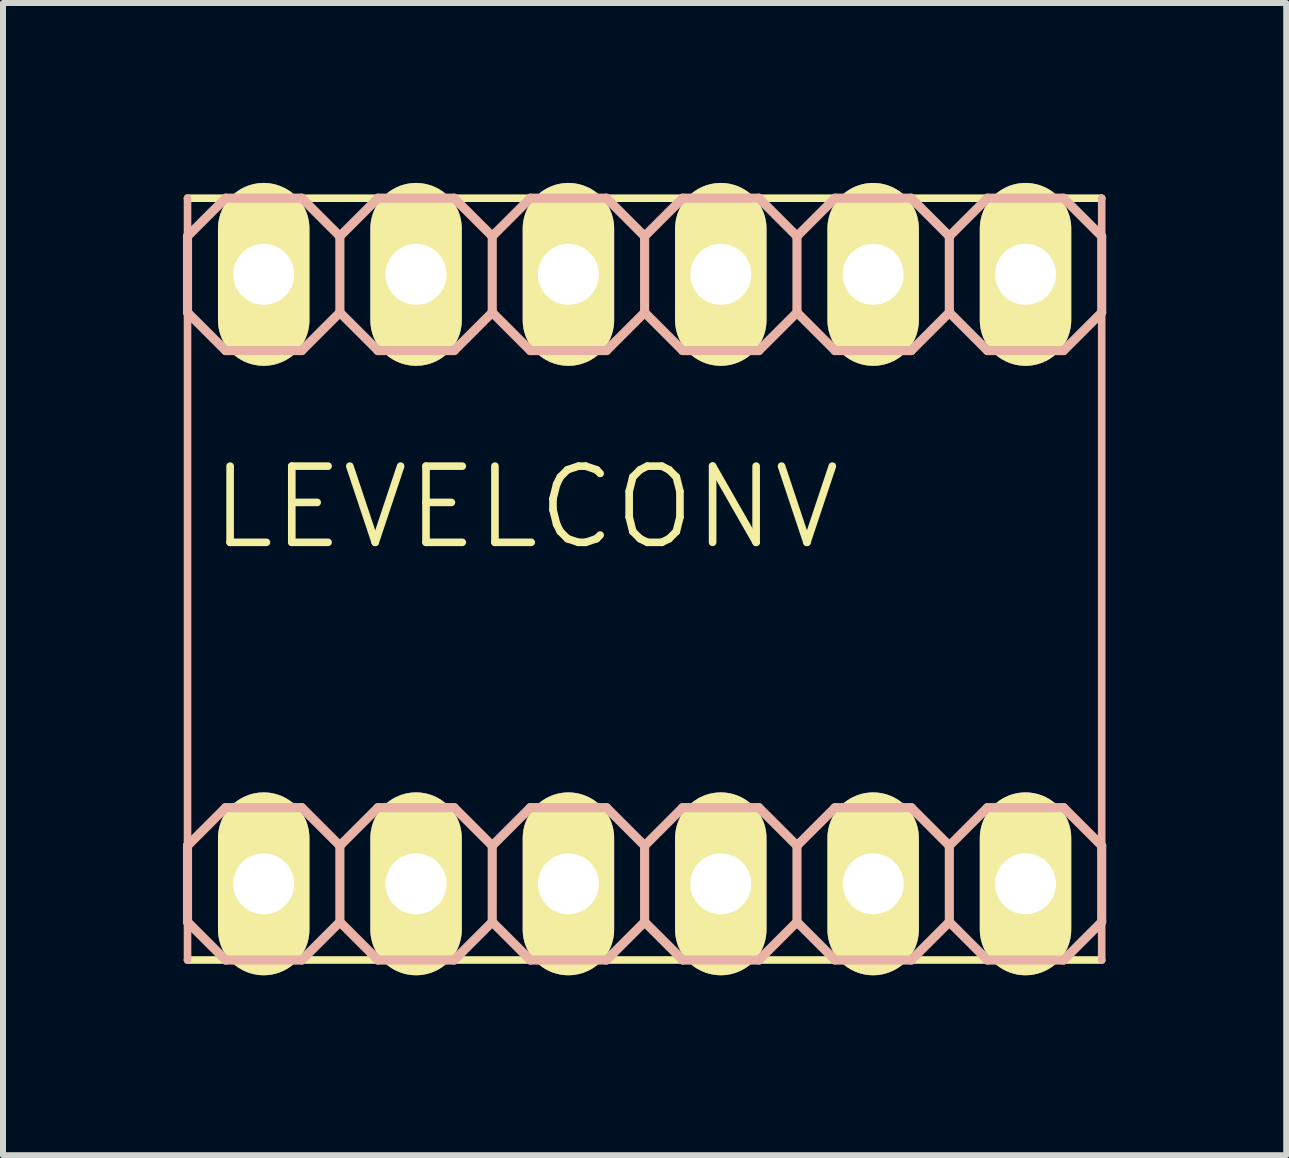
<source format=kicad_pcb>
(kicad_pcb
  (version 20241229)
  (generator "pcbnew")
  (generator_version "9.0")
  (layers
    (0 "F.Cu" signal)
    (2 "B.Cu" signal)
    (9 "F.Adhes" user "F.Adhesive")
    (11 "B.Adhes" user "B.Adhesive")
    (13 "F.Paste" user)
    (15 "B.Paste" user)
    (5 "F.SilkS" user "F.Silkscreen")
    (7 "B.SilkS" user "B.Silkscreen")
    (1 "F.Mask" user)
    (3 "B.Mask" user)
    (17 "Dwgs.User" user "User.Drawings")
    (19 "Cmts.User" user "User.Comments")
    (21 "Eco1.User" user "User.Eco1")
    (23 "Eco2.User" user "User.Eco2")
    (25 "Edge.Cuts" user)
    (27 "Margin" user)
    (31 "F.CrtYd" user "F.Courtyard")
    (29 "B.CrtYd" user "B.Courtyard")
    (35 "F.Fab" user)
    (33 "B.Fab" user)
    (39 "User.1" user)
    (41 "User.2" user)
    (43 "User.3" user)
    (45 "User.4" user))
  (footprint "LEVELCONV"
    (layer "F.Cu")
    (at 7.696 6.604)
    (property "Reference" "LEVELCONV" (at -1.981 -1.194 0) (layer "F.SilkS") (effects (font (size 1.27 1.27) (thickness 0.127))))
    (attr exclude_from_pos_files exclude_from_bom)
    (fp_line (start -7.62 6.35) (end 7.62 6.35) (stroke (width 0.127) (type solid)) (layer "F.SilkS"))
    (fp_line (start -6.604 -5.334) (end -6.096 -5.334) (stroke (width 0.066) (type solid)) (layer "F.SilkS"))
    (fp_line (start -6.604 -4.826) (end -6.604 -5.334) (stroke (width 0.066) (type solid)) (layer "F.SilkS"))
    (fp_line (start -6.604 -4.826) (end -6.096 -4.826) (stroke (width 0.066) (type solid)) (layer "F.SilkS"))
    (fp_line (start -6.604 4.826) (end -6.096 4.826) (stroke (width 0.066) (type solid)) (layer "F.SilkS"))
    (fp_line (start -6.604 5.334) (end -6.604 4.826) (stroke (width 0.066) (type solid)) (layer "F.SilkS"))
    (fp_line (start -6.604 5.334) (end -6.096 5.334) (stroke (width 0.066) (type solid)) (layer "F.SilkS"))
    (fp_line (start -6.096 -4.826) (end -6.096 -5.334) (stroke (width 0.066) (type solid)) (layer "F.SilkS"))
    (fp_line (start -6.096 5.334) (end -6.096 4.826) (stroke (width 0.066) (type solid)) (layer "F.SilkS"))
    (fp_line (start -4.064 -5.334) (end -3.556 -5.334) (stroke (width 0.066) (type solid)) (layer "F.SilkS"))
    (fp_line (start -4.064 -4.826) (end -4.064 -5.334) (stroke (width 0.066) (type solid)) (layer "F.SilkS"))
    (fp_line (start -4.064 -4.826) (end -3.556 -4.826) (stroke (width 0.066) (type solid)) (layer "F.SilkS"))
    (fp_line (start -4.064 4.826) (end -3.556 4.826) (stroke (width 0.066) (type solid)) (layer "F.SilkS"))
    (fp_line (start -4.064 5.334) (end -4.064 4.826) (stroke (width 0.066) (type solid)) (layer "F.SilkS"))
    (fp_line (start -4.064 5.334) (end -3.556 5.334) (stroke (width 0.066) (type solid)) (layer "F.SilkS"))
    (fp_line (start -3.556 -4.826) (end -3.556 -5.334) (stroke (width 0.066) (type solid)) (layer "F.SilkS"))
    (fp_line (start -3.556 5.334) (end -3.556 4.826) (stroke (width 0.066) (type solid)) (layer "F.SilkS"))
    (fp_line (start -1.524 -5.334) (end -1.016 -5.334) (stroke (width 0.066) (type solid)) (layer "F.SilkS"))
    (fp_line (start -1.524 -4.826) (end -1.524 -5.334) (stroke (width 0.066) (type solid)) (layer "F.SilkS"))
    (fp_line (start -1.524 -4.826) (end -1.016 -4.826) (stroke (width 0.066) (type solid)) (layer "F.SilkS"))
    (fp_line (start -1.524 4.826) (end -1.016 4.826) (stroke (width 0.066) (type solid)) (layer "F.SilkS"))
    (fp_line (start -1.524 5.334) (end -1.524 4.826) (stroke (width 0.066) (type solid)) (layer "F.SilkS"))
    (fp_line (start -1.524 5.334) (end -1.016 5.334) (stroke (width 0.066) (type solid)) (layer "F.SilkS"))
    (fp_line (start -1.016 -4.826) (end -1.016 -5.334) (stroke (width 0.066) (type solid)) (layer "F.SilkS"))
    (fp_line (start -1.016 5.334) (end -1.016 4.826) (stroke (width 0.066) (type solid)) (layer "F.SilkS"))
    (fp_line (start 1.016 -5.334) (end 1.524 -5.334) (stroke (width 0.066) (type solid)) (layer "F.SilkS"))
    (fp_line (start 1.016 -4.826) (end 1.016 -5.334) (stroke (width 0.066) (type solid)) (layer "F.SilkS"))
    (fp_line (start 1.016 -4.826) (end 1.524 -4.826) (stroke (width 0.066) (type solid)) (layer "F.SilkS"))
    (fp_line (start 1.016 4.826) (end 1.524 4.826) (stroke (width 0.066) (type solid)) (layer "F.SilkS"))
    (fp_line (start 1.016 5.334) (end 1.016 4.826) (stroke (width 0.066) (type solid)) (layer "F.SilkS"))
    (fp_line (start 1.016 5.334) (end 1.524 5.334) (stroke (width 0.066) (type solid)) (layer "F.SilkS"))
    (fp_line (start 1.524 -4.826) (end 1.524 -5.334) (stroke (width 0.066) (type solid)) (layer "F.SilkS"))
    (fp_line (start 1.524 5.334) (end 1.524 4.826) (stroke (width 0.066) (type solid)) (layer "F.SilkS"))
    (fp_line (start 3.556 -5.334) (end 4.064 -5.334) (stroke (width 0.066) (type solid)) (layer "F.SilkS"))
    (fp_line (start 3.556 -4.826) (end 3.556 -5.334) (stroke (width 0.066) (type solid)) (layer "F.SilkS"))
    (fp_line (start 3.556 -4.826) (end 4.064 -4.826) (stroke (width 0.066) (type solid)) (layer "F.SilkS"))
    (fp_line (start 3.556 4.826) (end 4.064 4.826) (stroke (width 0.066) (type solid)) (layer "F.SilkS"))
    (fp_line (start 3.556 5.334) (end 3.556 4.826) (stroke (width 0.066) (type solid)) (layer "F.SilkS"))
    (fp_line (start 3.556 5.334) (end 4.064 5.334) (stroke (width 0.066) (type solid)) (layer "F.SilkS"))
    (fp_line (start 4.064 -4.826) (end 4.064 -5.334) (stroke (width 0.066) (type solid)) (layer "F.SilkS"))
    (fp_line (start 4.064 5.334) (end 4.064 4.826) (stroke (width 0.066) (type solid)) (layer "F.SilkS"))
    (fp_line (start 6.096 -5.334) (end 6.604 -5.334) (stroke (width 0.066) (type solid)) (layer "F.SilkS"))
    (fp_line (start 6.096 -4.826) (end 6.096 -5.334) (stroke (width 0.066) (type solid)) (layer "F.SilkS"))
    (fp_line (start 6.096 -4.826) (end 6.604 -4.826) (stroke (width 0.066) (type solid)) (layer "F.SilkS"))
    (fp_line (start 6.096 4.826) (end 6.604 4.826) (stroke (width 0.066) (type solid)) (layer "F.SilkS"))
    (fp_line (start 6.096 5.334) (end 6.096 4.826) (stroke (width 0.066) (type solid)) (layer "F.SilkS"))
    (fp_line (start 6.096 5.334) (end 6.604 5.334) (stroke (width 0.066) (type solid)) (layer "F.SilkS"))
    (fp_line (start 6.604 -4.826) (end 6.604 -5.334) (stroke (width 0.066) (type solid)) (layer "F.SilkS"))
    (fp_line (start 6.604 5.334) (end 6.604 4.826) (stroke (width 0.066) (type solid)) (layer "F.SilkS"))
    (fp_line (start 7.62 -6.35) (end -7.62 -6.35) (stroke (width 0.127) (type solid)) (layer "F.SilkS"))
    (fp_line (start -7.62 -6.35) (end -7.62 6.35) (stroke (width 0.127) (type solid)) (layer "B.SilkS"))
    (fp_line (start -7.62 -5.715) (end -7.62 -4.445) (stroke (width 0.152) (type solid)) (layer "B.SilkS"))
    (fp_line (start -7.62 -4.445) (end -6.985 -3.81) (stroke (width 0.152) (type solid)) (layer "B.SilkS"))
    (fp_line (start -7.62 4.445) (end -7.62 5.715) (stroke (width 0.152) (type solid)) (layer "B.SilkS"))
    (fp_line (start -7.62 5.715) (end -6.985 6.35) (stroke (width 0.152) (type solid)) (layer "B.SilkS"))
    (fp_line (start -6.985 -6.35) (end -7.62 -5.715) (stroke (width 0.152) (type solid)) (layer "B.SilkS"))
    (fp_line (start -6.985 -6.35) (end -5.715 -6.35) (stroke (width 0.152) (type solid)) (layer "B.SilkS"))
    (fp_line (start -6.985 3.81) (end -7.62 4.445) (stroke (width 0.152) (type solid)) (layer "B.SilkS"))
    (fp_line (start -6.985 3.81) (end -5.715 3.81) (stroke (width 0.152) (type solid)) (layer "B.SilkS"))
    (fp_line (start -5.715 -6.35) (end -5.08 -5.715) (stroke (width 0.152) (type solid)) (layer "B.SilkS"))
    (fp_line (start -5.715 -3.81) (end -6.985 -3.81) (stroke (width 0.152) (type solid)) (layer "B.SilkS"))
    (fp_line (start -5.715 3.81) (end -5.08 4.445) (stroke (width 0.152) (type solid)) (layer "B.SilkS"))
    (fp_line (start -5.715 6.35) (end -6.985 6.35) (stroke (width 0.152) (type solid)) (layer "B.SilkS"))
    (fp_line (start -5.08 -5.715) (end -5.08 -4.445) (stroke (width 0.152) (type solid)) (layer "B.SilkS"))
    (fp_line (start -5.08 -5.715) (end -4.445 -6.35) (stroke (width 0.152) (type solid)) (layer "B.SilkS"))
    (fp_line (start -5.08 -4.445) (end -5.715 -3.81) (stroke (width 0.152) (type solid)) (layer "B.SilkS"))
    (fp_line (start -5.08 4.445) (end -5.08 5.715) (stroke (width 0.152) (type solid)) (layer "B.SilkS"))
    (fp_line (start -5.08 4.445) (end -4.445 3.81) (stroke (width 0.152) (type solid)) (layer "B.SilkS"))
    (fp_line (start -5.08 5.715) (end -5.715 6.35) (stroke (width 0.152) (type solid)) (layer "B.SilkS"))
    (fp_line (start -4.445 -6.35) (end -3.175 -6.35) (stroke (width 0.152) (type solid)) (layer "B.SilkS"))
    (fp_line (start -4.445 -3.81) (end -5.08 -4.445) (stroke (width 0.152) (type solid)) (layer "B.SilkS"))
    (fp_line (start -4.445 3.81) (end -3.175 3.81) (stroke (width 0.152) (type solid)) (layer "B.SilkS"))
    (fp_line (start -4.445 6.35) (end -5.08 5.715) (stroke (width 0.152) (type solid)) (layer "B.SilkS"))
    (fp_line (start -3.175 -6.35) (end -2.54 -5.715) (stroke (width 0.152) (type solid)) (layer "B.SilkS"))
    (fp_line (start -3.175 -3.81) (end -4.445 -3.81) (stroke (width 0.152) (type solid)) (layer "B.SilkS"))
    (fp_line (start -3.175 3.81) (end -2.54 4.445) (stroke (width 0.152) (type solid)) (layer "B.SilkS"))
    (fp_line (start -3.175 6.35) (end -4.445 6.35) (stroke (width 0.152) (type solid)) (layer "B.SilkS"))
    (fp_line (start -2.54 -5.715) (end -2.54 -4.445) (stroke (width 0.152) (type solid)) (layer "B.SilkS"))
    (fp_line (start -2.54 -5.715) (end -1.905 -6.35) (stroke (width 0.152) (type solid)) (layer "B.SilkS"))
    (fp_line (start -2.54 -4.445) (end -3.175 -3.81) (stroke (width 0.152) (type solid)) (layer "B.SilkS"))
    (fp_line (start -2.54 4.445) (end -2.54 5.715) (stroke (width 0.152) (type solid)) (layer "B.SilkS"))
    (fp_line (start -2.54 4.445) (end -1.905 3.81) (stroke (width 0.152) (type solid)) (layer "B.SilkS"))
    (fp_line (start -2.54 5.715) (end -3.175 6.35) (stroke (width 0.152) (type solid)) (layer "B.SilkS"))
    (fp_line (start -1.905 -6.35) (end -0.635 -6.35) (stroke (width 0.152) (type solid)) (layer "B.SilkS"))
    (fp_line (start -1.905 -3.81) (end -2.54 -4.445) (stroke (width 0.152) (type solid)) (layer "B.SilkS"))
    (fp_line (start -1.905 3.81) (end -0.635 3.81) (stroke (width 0.152) (type solid)) (layer "B.SilkS"))
    (fp_line (start -1.905 6.35) (end -2.54 5.715) (stroke (width 0.152) (type solid)) (layer "B.SilkS"))
    (fp_line (start -0.635 -6.35) (end 0 -5.715) (stroke (width 0.152) (type solid)) (layer "B.SilkS"))
    (fp_line (start -0.635 -3.81) (end -1.905 -3.81) (stroke (width 0.152) (type solid)) (layer "B.SilkS"))
    (fp_line (start -0.635 3.81) (end 0 4.445) (stroke (width 0.152) (type solid)) (layer "B.SilkS"))
    (fp_line (start -0.635 6.35) (end -1.905 6.35) (stroke (width 0.152) (type solid)) (layer "B.SilkS"))
    (fp_line (start 0 -5.715) (end 0 -4.445) (stroke (width 0.152) (type solid)) (layer "B.SilkS"))
    (fp_line (start 0 -4.445) (end -0.635 -3.81) (stroke (width 0.152) (type solid)) (layer "B.SilkS"))
    (fp_line (start 0 -4.445) (end 0.635 -3.81) (stroke (width 0.152) (type solid)) (layer "B.SilkS"))
    (fp_line (start 0 4.445) (end 0 5.715) (stroke (width 0.152) (type solid)) (layer "B.SilkS"))
    (fp_line (start 0 5.715) (end -0.635 6.35) (stroke (width 0.152) (type solid)) (layer "B.SilkS"))
    (fp_line (start 0 5.715) (end 0.635 6.35) (stroke (width 0.152) (type solid)) (layer "B.SilkS"))
    (fp_line (start 0.635 -6.35) (end 0 -5.715) (stroke (width 0.152) (type solid)) (layer "B.SilkS"))
    (fp_line (start 0.635 -6.35) (end 1.905 -6.35) (stroke (width 0.152) (type solid)) (layer "B.SilkS"))
    (fp_line (start 0.635 3.81) (end 0 4.445) (stroke (width 0.152) (type solid)) (layer "B.SilkS"))
    (fp_line (start 0.635 3.81) (end 1.905 3.81) (stroke (width 0.152) (type solid)) (layer "B.SilkS"))
    (fp_line (start 1.905 -6.35) (end 2.54 -5.715) (stroke (width 0.152) (type solid)) (layer "B.SilkS"))
    (fp_line (start 1.905 -3.81) (end 0.635 -3.81) (stroke (width 0.152) (type solid)) (layer "B.SilkS"))
    (fp_line (start 1.905 3.81) (end 2.54 4.445) (stroke (width 0.152) (type solid)) (layer "B.SilkS"))
    (fp_line (start 1.905 6.35) (end 0.635 6.35) (stroke (width 0.152) (type solid)) (layer "B.SilkS"))
    (fp_line (start 2.54 -5.715) (end 2.54 -4.445) (stroke (width 0.152) (type solid)) (layer "B.SilkS"))
    (fp_line (start 2.54 -5.715) (end 3.175 -6.35) (stroke (width 0.152) (type solid)) (layer "B.SilkS"))
    (fp_line (start 2.54 -4.445) (end 1.905 -3.81) (stroke (width 0.152) (type solid)) (layer "B.SilkS"))
    (fp_line (start 2.54 4.445) (end 2.54 5.715) (stroke (width 0.152) (type solid)) (layer "B.SilkS"))
    (fp_line (start 2.54 4.445) (end 3.175 3.81) (stroke (width 0.152) (type solid)) (layer "B.SilkS"))
    (fp_line (start 2.54 5.715) (end 1.905 6.35) (stroke (width 0.152) (type solid)) (layer "B.SilkS"))
    (fp_line (start 3.175 -6.35) (end 4.445 -6.35) (stroke (width 0.152) (type solid)) (layer "B.SilkS"))
    (fp_line (start 3.175 -3.81) (end 2.54 -4.445) (stroke (width 0.152) (type solid)) (layer "B.SilkS"))
    (fp_line (start 3.175 3.81) (end 4.445 3.81) (stroke (width 0.152) (type solid)) (layer "B.SilkS"))
    (fp_line (start 3.175 6.35) (end 2.54 5.715) (stroke (width 0.152) (type solid)) (layer "B.SilkS"))
    (fp_line (start 4.445 -6.35) (end 5.08 -5.715) (stroke (width 0.152) (type solid)) (layer "B.SilkS"))
    (fp_line (start 4.445 -3.81) (end 3.175 -3.81) (stroke (width 0.152) (type solid)) (layer "B.SilkS"))
    (fp_line (start 4.445 3.81) (end 5.08 4.445) (stroke (width 0.152) (type solid)) (layer "B.SilkS"))
    (fp_line (start 4.445 6.35) (end 3.175 6.35) (stroke (width 0.152) (type solid)) (layer "B.SilkS"))
    (fp_line (start 5.08 -5.715) (end 5.08 -4.445) (stroke (width 0.152) (type solid)) (layer "B.SilkS"))
    (fp_line (start 5.08 -4.445) (end 4.445 -3.81) (stroke (width 0.152) (type solid)) (layer "B.SilkS"))
    (fp_line (start 5.08 -4.445) (end 5.715 -3.81) (stroke (width 0.152) (type solid)) (layer "B.SilkS"))
    (fp_line (start 5.08 4.445) (end 5.08 5.715) (stroke (width 0.152) (type solid)) (layer "B.SilkS"))
    (fp_line (start 5.08 5.715) (end 4.445 6.35) (stroke (width 0.152) (type solid)) (layer "B.SilkS"))
    (fp_line (start 5.08 5.715) (end 5.715 6.35) (stroke (width 0.152) (type solid)) (layer "B.SilkS"))
    (fp_line (start 5.715 -6.35) (end 5.08 -5.715) (stroke (width 0.152) (type solid)) (layer "B.SilkS"))
    (fp_line (start 5.715 -6.35) (end 6.985 -6.35) (stroke (width 0.152) (type solid)) (layer "B.SilkS"))
    (fp_line (start 5.715 3.81) (end 5.08 4.445) (stroke (width 0.152) (type solid)) (layer "B.SilkS"))
    (fp_line (start 5.715 3.81) (end 6.985 3.81) (stroke (width 0.152) (type solid)) (layer "B.SilkS"))
    (fp_line (start 6.985 -6.35) (end 7.62 -5.715) (stroke (width 0.152) (type solid)) (layer "B.SilkS"))
    (fp_line (start 6.985 -3.81) (end 5.715 -3.81) (stroke (width 0.152) (type solid)) (layer "B.SilkS"))
    (fp_line (start 6.985 3.81) (end 7.62 4.445) (stroke (width 0.152) (type solid)) (layer "B.SilkS"))
    (fp_line (start 6.985 6.35) (end 5.715 6.35) (stroke (width 0.152) (type solid)) (layer "B.SilkS"))
    (fp_line (start 7.62 -5.715) (end 7.62 -4.445) (stroke (width 0.152) (type solid)) (layer "B.SilkS"))
    (fp_line (start 7.62 -4.445) (end 6.985 -3.81) (stroke (width 0.152) (type solid)) (layer "B.SilkS"))
    (fp_line (start 7.62 4.445) (end 7.62 5.715) (stroke (width 0.152) (type solid)) (layer "B.SilkS"))
    (fp_line (start 7.62 5.715) (end 6.985 6.35) (stroke (width 0.152) (type solid)) (layer "B.SilkS"))
    (fp_line (start 7.62 6.35) (end 7.62 -6.35) (stroke (width 0.127) (type solid)) (layer "B.SilkS"))
    (pad "1" thru_hole oval (at -6.35 5.08 180) (size 1.524 3.048) (drill 1.016) (layers "*.Cu" "F.Mask" "F.SilkS" "F.Paste"))
    (pad "2" thru_hole oval (at -3.81 5.08 180) (size 1.524 3.048) (drill 1.016) (layers "*.Cu" "F.Mask" "F.SilkS" "F.Paste"))
    (pad "3" thru_hole oval (at -1.27 5.08 180) (size 1.524 3.048) (drill 1.016) (layers "*.Cu" "F.Mask" "F.SilkS" "F.Paste"))
    (pad "4" thru_hole oval (at 1.27 5.08 180) (size 1.524 3.048) (drill 1.016) (layers "*.Cu" "F.Mask" "F.SilkS" "F.Paste"))
    (pad "5" thru_hole oval (at 3.81 5.08 180) (size 1.524 3.048) (drill 1.016) (layers "*.Cu" "F.Mask" "F.SilkS" "F.Paste"))
    (pad "6" thru_hole oval (at 6.35 5.08 180) (size 1.524 3.048) (drill 1.016) (layers "*.Cu" "F.Mask" "F.SilkS" "F.Paste"))
    (pad "7" thru_hole oval (at 6.35 -5.08) (size 1.524 3.048) (drill 1.016) (layers "*.Cu" "F.Mask" "F.SilkS" "F.Paste"))
    (pad "8" thru_hole oval (at 3.81 -5.08) (size 1.524 3.048) (drill 1.016) (layers "*.Cu" "F.Mask" "F.SilkS" "F.Paste"))
    (pad "9" thru_hole oval (at 1.27 -5.08) (size 1.524 3.048) (drill 1.016) (layers "*.Cu" "F.Mask" "F.SilkS" "F.Paste"))
    (pad "10" thru_hole oval (at -1.27 -5.08) (size 1.524 3.048) (drill 1.016) (layers "*.Cu" "F.Mask" "F.SilkS" "F.Paste"))
    (pad "11" thru_hole oval (at -3.81 -5.08) (size 1.524 3.048) (drill 1.016) (layers "*.Cu" "F.Mask" "F.SilkS" "F.Paste"))
    (pad "12" thru_hole oval (at -6.35 -5.08) (size 1.524 3.048) (drill 1.016) (layers "*.Cu" "F.Mask" "F.SilkS" "F.Paste")))
  (gr_rect
    (start -3 -3)
    (end 18.392 16.208)
    (stroke (width 0.1) (type default))
    (fill no)
    (layer "Edge.Cuts")))
</source>
